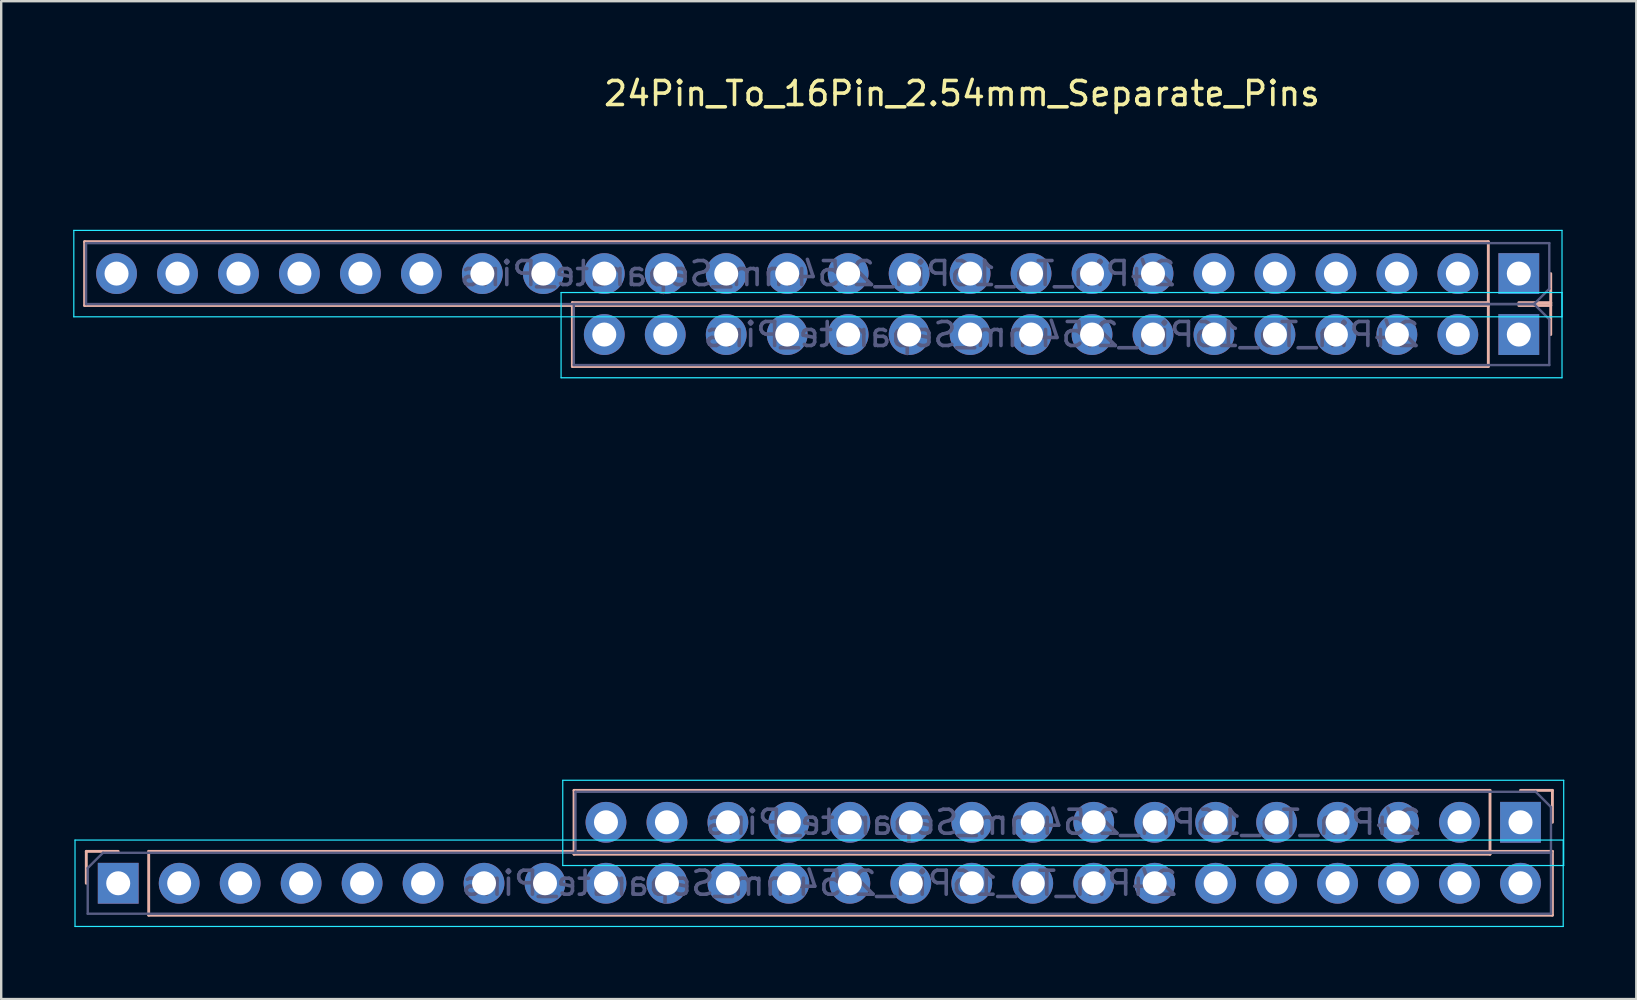
<source format=kicad_pcb>
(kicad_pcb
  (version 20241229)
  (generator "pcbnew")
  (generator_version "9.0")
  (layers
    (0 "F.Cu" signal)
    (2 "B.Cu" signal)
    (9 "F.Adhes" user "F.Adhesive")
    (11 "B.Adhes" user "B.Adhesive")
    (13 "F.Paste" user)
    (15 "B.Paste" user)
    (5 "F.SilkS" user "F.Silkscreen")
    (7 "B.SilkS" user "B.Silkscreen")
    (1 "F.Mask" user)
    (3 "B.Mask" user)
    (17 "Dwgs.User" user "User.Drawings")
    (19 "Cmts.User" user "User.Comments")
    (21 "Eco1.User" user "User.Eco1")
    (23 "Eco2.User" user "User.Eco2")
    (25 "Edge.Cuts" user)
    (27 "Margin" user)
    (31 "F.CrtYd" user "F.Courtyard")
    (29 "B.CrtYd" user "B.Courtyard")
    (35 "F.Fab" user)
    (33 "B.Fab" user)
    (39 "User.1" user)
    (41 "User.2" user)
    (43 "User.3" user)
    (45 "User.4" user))
  (footprint "24Pin_To_16Pin_2.54mm_Separate_Pins"
    (layer "F.Cu")
    (at 37.025 21.348)
    (property "Reference" "24Pin_To_16Pin_2.54mm_Separate_Pins" (at 0 -20.5 0) (unlocked yes) (layer "F.SilkS") (effects (font (size 1 1) (thickness 0.15))))
    (attr through_hole)
    (fp_line (start -36.55 -11.67) (end -36.55 -14.33) (stroke (width 0.12) (type solid)) (layer "B.SilkS"))
    (fp_line (start -36.48 11.07) (end -36.48 12.4) (stroke (width 0.12) (type solid)) (layer "B.SilkS"))
    (fp_line (start -35.15 11.07) (end -36.48 11.07) (stroke (width 0.12) (type solid)) (layer "B.SilkS"))
    (fp_line (start -33.88 11.07) (end -33.88 13.73) (stroke (width 0.12) (type solid)) (layer "B.SilkS"))
    (fp_line (start -33.88 11.07) (end 24.6 11.07) (stroke (width 0.12) (type solid)) (layer "B.SilkS"))
    (fp_line (start -33.88 13.73) (end 24.6 13.73) (stroke (width 0.12) (type solid)) (layer "B.SilkS"))
    (fp_line (start -16.23 -9.13) (end -16.23 -11.79) (stroke (width 0.12) (type solid)) (layer "B.SilkS"))
    (fp_line (start -16.16 11.19) (end -16.16 8.53) (stroke (width 0.12) (type solid)) (layer "B.SilkS"))
    (fp_line (start 21.93 -14.33) (end -36.55 -14.33) (stroke (width 0.12) (type solid)) (layer "B.SilkS"))
    (fp_line (start 21.93 -11.79) (end -16.23 -11.79) (stroke (width 0.12) (type solid)) (layer "B.SilkS"))
    (fp_line (start 21.93 -11.67) (end -36.55 -11.67) (stroke (width 0.12) (type solid)) (layer "B.SilkS"))
    (fp_line (start 21.93 -11.67) (end 21.93 -14.33) (stroke (width 0.12) (type solid)) (layer "B.SilkS"))
    (fp_line (start 21.93 -9.13) (end -16.23 -9.13) (stroke (width 0.12) (type solid)) (layer "B.SilkS"))
    (fp_line (start 21.93 -9.13) (end 21.93 -11.79) (stroke (width 0.12) (type solid)) (layer "B.SilkS"))
    (fp_line (start 22 8.53) (end -16.16 8.53) (stroke (width 0.12) (type solid)) (layer "B.SilkS"))
    (fp_line (start 22 11.19) (end -16.16 11.19) (stroke (width 0.12) (type solid)) (layer "B.SilkS"))
    (fp_line (start 22 11.19) (end 22 8.53) (stroke (width 0.12) (type solid)) (layer "B.SilkS"))
    (fp_line (start 23.2 -11.67) (end 24.53 -11.67) (stroke (width 0.12) (type solid)) (layer "B.SilkS"))
    (fp_line (start 24.53 -11.79) (end 23.2 -11.79) (stroke (width 0.12) (type solid)) (layer "B.SilkS"))
    (fp_line (start 24.53 -11.67) (end 24.53 -13) (stroke (width 0.12) (type solid)) (layer "B.SilkS"))
    (fp_line (start 24.53 -10.46) (end 24.53 -11.79) (stroke (width 0.12) (type solid)) (layer "B.SilkS"))
    (fp_line (start 24.6 8.53) (end 23.27 8.53) (stroke (width 0.12) (type solid)) (layer "B.SilkS"))
    (fp_line (start 24.6 9.86) (end 24.6 8.53) (stroke (width 0.12) (type solid)) (layer "B.SilkS"))
    (fp_line (start 24.6 11.07) (end 24.6 13.73) (stroke (width 0.12) (type solid)) (layer "B.SilkS"))
    (fp_line (start -37 -14.8) (end 25 -14.8) (stroke (width 0.05) (type solid)) (layer "B.CrtYd"))
    (fp_line (start -37 -11.2) (end -37 -14.8) (stroke (width 0.05) (type solid)) (layer "B.CrtYd"))
    (fp_line (start -36.95 10.6) (end 25.05 10.6) (stroke (width 0.05) (type solid)) (layer "B.CrtYd"))
    (fp_line (start -36.95 14.2) (end -36.95 10.6) (stroke (width 0.05) (type solid)) (layer "B.CrtYd"))
    (fp_line (start -16.7 -12.21) (end -16.7 -8.66) (stroke (width 0.05) (type solid)) (layer "B.CrtYd"))
    (fp_line (start -16.7 -8.66) (end 25 -8.66) (stroke (width 0.05) (type solid)) (layer "B.CrtYd"))
    (fp_line (start -16.63 8.11) (end -16.63 11.66) (stroke (width 0.05) (type solid)) (layer "B.CrtYd"))
    (fp_line (start -16.63 11.66) (end 25.07 11.66) (stroke (width 0.05) (type solid)) (layer "B.CrtYd"))
    (fp_line (start 25 -14.8) (end 25 -11.2) (stroke (width 0.05) (type solid)) (layer "B.CrtYd"))
    (fp_line (start 25 -12.21) (end -16.7 -12.21) (stroke (width 0.05) (type solid)) (layer "B.CrtYd"))
    (fp_line (start 25 -11.2) (end -37 -11.2) (stroke (width 0.05) (type solid)) (layer "B.CrtYd"))
    (fp_line (start 25 -8.66) (end 25 -12.21) (stroke (width 0.05) (type solid)) (layer "B.CrtYd"))
    (fp_line (start 25.05 10.6) (end 25.05 14.2) (stroke (width 0.05) (type solid)) (layer "B.CrtYd"))
    (fp_line (start 25.05 14.2) (end -36.95 14.2) (stroke (width 0.05) (type solid)) (layer "B.CrtYd"))
    (fp_line (start 25.07 8.11) (end -16.63 8.11) (stroke (width 0.05) (type solid)) (layer "B.CrtYd"))
    (fp_line (start 25.07 11.66) (end 25.07 8.11) (stroke (width 0.05) (type solid)) (layer "B.CrtYd"))
    (fp_line (start -36.49 -14.27) (end -36.49 -11.73) (stroke (width 0.1) (type solid)) (layer "B.Fab"))
    (fp_line (start -36.49 -11.73) (end 23.835 -11.73) (stroke (width 0.1) (type solid)) (layer "B.Fab"))
    (fp_line (start -36.42 11.765) (end -36.42 13.67) (stroke (width 0.1) (type solid)) (layer "B.Fab"))
    (fp_line (start -36.42 13.67) (end 24.54 13.67) (stroke (width 0.1) (type solid)) (layer "B.Fab"))
    (fp_line (start -35.785 11.13) (end -36.42 11.765) (stroke (width 0.1) (type solid)) (layer "B.Fab"))
    (fp_line (start -16.17 -11.73) (end -16.17 -9.19) (stroke (width 0.1) (type solid)) (layer "B.Fab"))
    (fp_line (start -16.17 -9.19) (end 24.47 -9.19) (stroke (width 0.1) (type solid)) (layer "B.Fab"))
    (fp_line (start -16.1 8.59) (end -16.1 11.13) (stroke (width 0.1) (type solid)) (layer "B.Fab"))
    (fp_line (start -16.1 11.13) (end 24.54 11.13) (stroke (width 0.1) (type solid)) (layer "B.Fab"))
    (fp_line (start 23.835 -11.73) (end -16.17 -11.73) (stroke (width 0.1) (type solid)) (layer "B.Fab"))
    (fp_line (start 23.835 -11.73) (end 24.47 -12.365) (stroke (width 0.1) (type solid)) (layer "B.Fab"))
    (fp_line (start 23.905 8.59) (end -16.1 8.59) (stroke (width 0.1) (type solid)) (layer "B.Fab"))
    (fp_line (start 24.47 -14.27) (end -36.49 -14.27) (stroke (width 0.1) (type solid)) (layer "B.Fab"))
    (fp_line (start 24.47 -12.365) (end 24.47 -14.27) (stroke (width 0.1) (type solid)) (layer "B.Fab"))
    (fp_line (start 24.47 -11.095) (end 23.835 -11.73) (stroke (width 0.1) (type solid)) (layer "B.Fab"))
    (fp_line (start 24.47 -9.19) (end 24.47 -11.095) (stroke (width 0.1) (type solid)) (layer "B.Fab"))
    (fp_line (start 24.54 9.225) (end 23.905 8.59) (stroke (width 0.1) (type solid)) (layer "B.Fab"))
    (fp_line (start 24.54 11.13) (end -35.785 11.13) (stroke (width 0.1) (type solid)) (layer "B.Fab"))
    (fp_line (start 24.54 11.13) (end 24.54 9.225) (stroke (width 0.1) (type solid)) (layer "B.Fab"))
    (fp_line (start 24.54 13.67) (end 24.54 11.13) (stroke (width 0.1) (type solid)) (layer "B.Fab"))
    (fp_text user "${REFERENCE}" (at 4.22 9.86 0) (layer "B.Fab") (effects (font (size 1 1) (thickness 0.15)) (justify mirror)))
    (fp_text user "${REFERENCE}" (at 4.15 -10.46 0) (layer "B.Fab") (effects (font (size 1 1) (thickness 0.15)) (justify mirror)))
    (fp_text user "${REFERENCE}" (at -5.94 12.4 180) (layer "B.Fab") (effects (font (size 1 1) (thickness 0.15)) (justify mirror)))
    (fp_text user "${REFERENCE}" (at -6.01 -13 0) (layer "B.Fab") (effects (font (size 1 1) (thickness 0.15)) (justify mirror)))
    (pad "1" thru_hole rect (at -35.15 12.4 270) (size 1.7 1.7) (drill 1) (layers "*.Cu" "*.Mask"))
    (pad "2" thru_hole oval (at -32.61 12.4 270) (size 1.7 1.7) (drill 1) (layers "*.Cu" "*.Mask"))
    (pad "3" thru_hole oval (at -30.07 12.4 270) (size 1.7 1.7) (drill 1) (layers "*.Cu" "*.Mask"))
    (pad "4" thru_hole oval (at -27.53 12.4 270) (size 1.7 1.7) (drill 1) (layers "*.Cu" "*.Mask"))
    (pad "5" thru_hole oval (at -24.99 12.4 270) (size 1.7 1.7) (drill 1) (layers "*.Cu" "*.Mask"))
    (pad "6" thru_hole oval (at -22.45 12.4 270) (size 1.7 1.7) (drill 1) (layers "*.Cu" "*.Mask"))
    (pad "7" thru_hole oval (at -19.91 12.4 270) (size 1.7 1.7) (drill 1) (layers "*.Cu" "*.Mask"))
    (pad "8" thru_hole oval (at -17.37 12.4 270) (size 1.7 1.7) (drill 1) (layers "*.Cu" "*.Mask"))
    (pad "9" thru_hole oval (at -14.83 12.4 270) (size 1.7 1.7) (drill 1) (layers "*.Cu" "*.Mask"))
    (pad "9a" thru_hole oval (at -14.83 9.86 90) (size 1.7 1.7) (drill 1) (layers "*.Cu" "*.Mask"))
    (pad "10" thru_hole oval (at -12.29 12.4 270) (size 1.7 1.7) (drill 1) (layers "*.Cu" "*.Mask"))
    (pad "10a" thru_hole oval (at -12.29 9.86 90) (size 1.7 1.7) (drill 1) (layers "*.Cu" "*.Mask"))
    (pad "11" thru_hole oval (at -9.75 12.4 270) (size 1.7 1.7) (drill 1) (layers "*.Cu" "*.Mask"))
    (pad "11a" thru_hole oval (at -9.75 9.86 90) (size 1.7 1.7) (drill 1) (layers "*.Cu" "*.Mask"))
    (pad "12" thru_hole oval (at -7.21 12.4 270) (size 1.7 1.7) (drill 1) (layers "*.Cu" "*.Mask"))
    (pad "12a" thru_hole oval (at -7.21 9.86 90) (size 1.7 1.7) (drill 1) (layers "*.Cu" "*.Mask"))
    (pad "13" thru_hole oval (at -4.67 12.4 270) (size 1.7 1.7) (drill 1) (layers "*.Cu" "*.Mask"))
    (pad "13a" thru_hole oval (at -4.67 9.86 90) (size 1.7 1.7) (drill 1) (layers "*.Cu" "*.Mask"))
    (pad "14" thru_hole oval (at -2.13 12.4 270) (size 1.7 1.7) (drill 1) (layers "*.Cu" "*.Mask"))
    (pad "14a" thru_hole oval (at -2.13 9.86 90) (size 1.7 1.7) (drill 1) (layers "*.Cu" "*.Mask"))
    (pad "15" thru_hole oval (at 0.41 12.4 270) (size 1.7 1.7) (drill 1) (layers "*.Cu" "*.Mask"))
    (pad "15a" thru_hole oval (at 0.41 9.86 90) (size 1.7 1.7) (drill 1) (layers "*.Cu" "*.Mask"))
    (pad "16" thru_hole oval (at 2.95 12.4 270) (size 1.7 1.7) (drill 1) (layers "*.Cu" "*.Mask"))
    (pad "16a" thru_hole oval (at 2.95 9.86 90) (size 1.7 1.7) (drill 1) (layers "*.Cu" "*.Mask"))
    (pad "17" thru_hole oval (at 5.49 12.4 270) (size 1.7 1.7) (drill 1) (layers "*.Cu" "*.Mask"))
    (pad "17a" thru_hole oval (at 5.49 9.86 90) (size 1.7 1.7) (drill 1) (layers "*.Cu" "*.Mask"))
    (pad "18" thru_hole oval (at 8.03 12.4 270) (size 1.7 1.7) (drill 1) (layers "*.Cu" "*.Mask"))
    (pad "18a" thru_hole oval (at 8.03 9.86 90) (size 1.7 1.7) (drill 1) (layers "*.Cu" "*.Mask"))
    (pad "19" thru_hole oval (at 10.57 12.4 270) (size 1.7 1.7) (drill 1) (layers "*.Cu" "*.Mask"))
    (pad "19a" thru_hole oval (at 10.57 9.86 90) (size 1.7 1.7) (drill 1) (layers "*.Cu" "*.Mask"))
    (pad "20" thru_hole oval (at 13.11 12.4 270) (size 1.7 1.7) (drill 1) (layers "*.Cu" "*.Mask"))
    (pad "20a" thru_hole oval (at 13.11 9.86 90) (size 1.7 1.7) (drill 1) (layers "*.Cu" "*.Mask"))
    (pad "21" thru_hole oval (at 15.65 12.4 270) (size 1.7 1.7) (drill 1) (layers "*.Cu" "*.Mask"))
    (pad "21a" thru_hole oval (at 15.65 9.86 90) (size 1.7 1.7) (drill 1) (layers "*.Cu" "*.Mask"))
    (pad "22" thru_hole oval (at 18.19 12.4 270) (size 1.7 1.7) (drill 1) (layers "*.Cu" "*.Mask"))
    (pad "22a" thru_hole oval (at 18.19 9.86 90) (size 1.7 1.7) (drill 1) (layers "*.Cu" "*.Mask"))
    (pad "23" thru_hole oval (at 20.73 12.4 270) (size 1.7 1.7) (drill 1) (layers "*.Cu" "*.Mask"))
    (pad "23a" thru_hole oval (at 20.73 9.86 90) (size 1.7 1.7) (drill 1) (layers "*.Cu" "*.Mask"))
    (pad "24" thru_hole oval (at 23.27 12.4 270) (size 1.7 1.7) (drill 1) (layers "*.Cu" "*.Mask"))
    (pad "24a" thru_hole rect (at 23.27 9.86 90) (size 1.7 1.7) (drill 1) (layers "*.Cu" "*.Mask"))
    (pad "25" thru_hole rect (at 23.2 -13 90) (size 1.7 1.7) (drill 1) (layers "*.Cu" "*.Mask"))
    (pad "25a" thru_hole rect (at 23.2 -10.46 90) (size 1.7 1.7) (drill 1) (layers "*.Cu" "*.Mask"))
    (pad "26" thru_hole oval (at 20.66 -13 90) (size 1.7 1.7) (drill 1) (layers "*.Cu" "*.Mask"))
    (pad "26a" thru_hole oval (at 20.66 -10.46 90) (size 1.7 1.7) (drill 1) (layers "*.Cu" "*.Mask"))
    (pad "27" thru_hole oval (at 18.12 -13 90) (size 1.7 1.7) (drill 1) (layers "*.Cu" "*.Mask"))
    (pad "27a" thru_hole oval (at 18.12 -10.46 90) (size 1.7 1.7) (drill 1) (layers "*.Cu" "*.Mask"))
    (pad "28" thru_hole oval (at 15.58 -13 90) (size 1.7 1.7) (drill 1) (layers "*.Cu" "*.Mask"))
    (pad "28a" thru_hole oval (at 15.58 -10.46 90) (size 1.7 1.7) (drill 1) (layers "*.Cu" "*.Mask"))
    (pad "29" thru_hole oval (at 13.04 -13 90) (size 1.7 1.7) (drill 1) (layers "*.Cu" "*.Mask"))
    (pad "29a" thru_hole oval (at 13.04 -10.46 90) (size 1.7 1.7) (drill 1) (layers "*.Cu" "*.Mask"))
    (pad "30" thru_hole oval (at 10.5 -13 90) (size 1.7 1.7) (drill 1) (layers "*.Cu" "*.Mask"))
    (pad "30a" thru_hole oval (at 10.5 -10.46 90) (size 1.7 1.7) (drill 1) (layers "*.Cu" "*.Mask"))
    (pad "31" thru_hole oval (at 7.96 -13 90) (size 1.7 1.7) (drill 1) (layers "*.Cu" "*.Mask"))
    (pad "31a" thru_hole oval (at 7.96 -10.46 90) (size 1.7 1.7) (drill 1) (layers "*.Cu" "*.Mask"))
    (pad "32" thru_hole oval (at 5.42 -13 90) (size 1.7 1.7) (drill 1) (layers "*.Cu" "*.Mask"))
    (pad "32a" thru_hole oval (at 5.42 -10.46 90) (size 1.7 1.7) (drill 1) (layers "*.Cu" "*.Mask"))
    (pad "33" thru_hole oval (at 2.88 -13 90) (size 1.7 1.7) (drill 1) (layers "*.Cu" "*.Mask"))
    (pad "33a" thru_hole oval (at 2.88 -10.46 90) (size 1.7 1.7) (drill 1) (layers "*.Cu" "*.Mask"))
    (pad "34" thru_hole oval (at 0.34 -13 90) (size 1.7 1.7) (drill 1) (layers "*.Cu" "*.Mask"))
    (pad "34a" thru_hole oval (at 0.34 -10.46 90) (size 1.7 1.7) (drill 1) (layers "*.Cu" "*.Mask"))
    (pad "35" thru_hole oval (at -2.2 -13 90) (size 1.7 1.7) (drill 1) (layers "*.Cu" "*.Mask"))
    (pad "35a" thru_hole oval (at -2.2 -10.46 90) (size 1.7 1.7) (drill 1) (layers "*.Cu" "*.Mask"))
    (pad "36" thru_hole oval (at -4.74 -13 90) (size 1.7 1.7) (drill 1) (layers "*.Cu" "*.Mask"))
    (pad "36a" thru_hole oval (at -4.74 -10.46 90) (size 1.7 1.7) (drill 1) (layers "*.Cu" "*.Mask"))
    (pad "37" thru_hole oval (at -7.28 -13 90) (size 1.7 1.7) (drill 1) (layers "*.Cu" "*.Mask"))
    (pad "37a" thru_hole oval (at -7.28 -10.46 90) (size 1.7 1.7) (drill 1) (layers "*.Cu" "*.Mask"))
    (pad "38" thru_hole oval (at -9.82 -13 90) (size 1.7 1.7) (drill 1) (layers "*.Cu" "*.Mask"))
    (pad "38a" thru_hole oval (at -9.82 -10.46 90) (size 1.7 1.7) (drill 1) (layers "*.Cu" "*.Mask"))
    (pad "39" thru_hole oval (at -12.36 -13 90) (size 1.7 1.7) (drill 1) (layers "*.Cu" "*.Mask"))
    (pad "39a" thru_hole oval (at -12.36 -10.46 90) (size 1.7 1.7) (drill 1) (layers "*.Cu" "*.Mask"))
    (pad "40" thru_hole oval (at -14.9 -13 90) (size 1.7 1.7) (drill 1) (layers "*.Cu" "*.Mask"))
    (pad "40a" thru_hole oval (at -14.9 -10.46 90) (size 1.7 1.7) (drill 1) (layers "*.Cu" "*.Mask"))
    (pad "41" thru_hole oval (at -17.44 -13 90) (size 1.7 1.7) (drill 1) (layers "*.Cu" "*.Mask"))
    (pad "42" thru_hole oval (at -19.98 -13 90) (size 1.7 1.7) (drill 1) (layers "*.Cu" "*.Mask"))
    (pad "43" thru_hole oval (at -22.52 -13 90) (size 1.7 1.7) (drill 1) (layers "*.Cu" "*.Mask"))
    (pad "44" thru_hole oval (at -25.06 -13 90) (size 1.7 1.7) (drill 1) (layers "*.Cu" "*.Mask"))
    (pad "45" thru_hole oval (at -27.6 -13 90) (size 1.7 1.7) (drill 1) (layers "*.Cu" "*.Mask"))
    (pad "46" thru_hole oval (at -30.14 -13 90) (size 1.7 1.7) (drill 1) (layers "*.Cu" "*.Mask"))
    (pad "47" thru_hole oval (at -32.68 -13 90) (size 1.7 1.7) (drill 1) (layers "*.Cu" "*.Mask"))
    (pad "48" thru_hole oval (at -35.22 -13 90) (size 1.7 1.7) (drill 1) (layers "*.Cu" "*.Mask")))
  (gr_rect
    (start -3 -3)
    (end 65.12 38.573)
    (stroke (width 0.1) (type default))
    (fill no)
    (layer "Edge.Cuts")))
</source>
